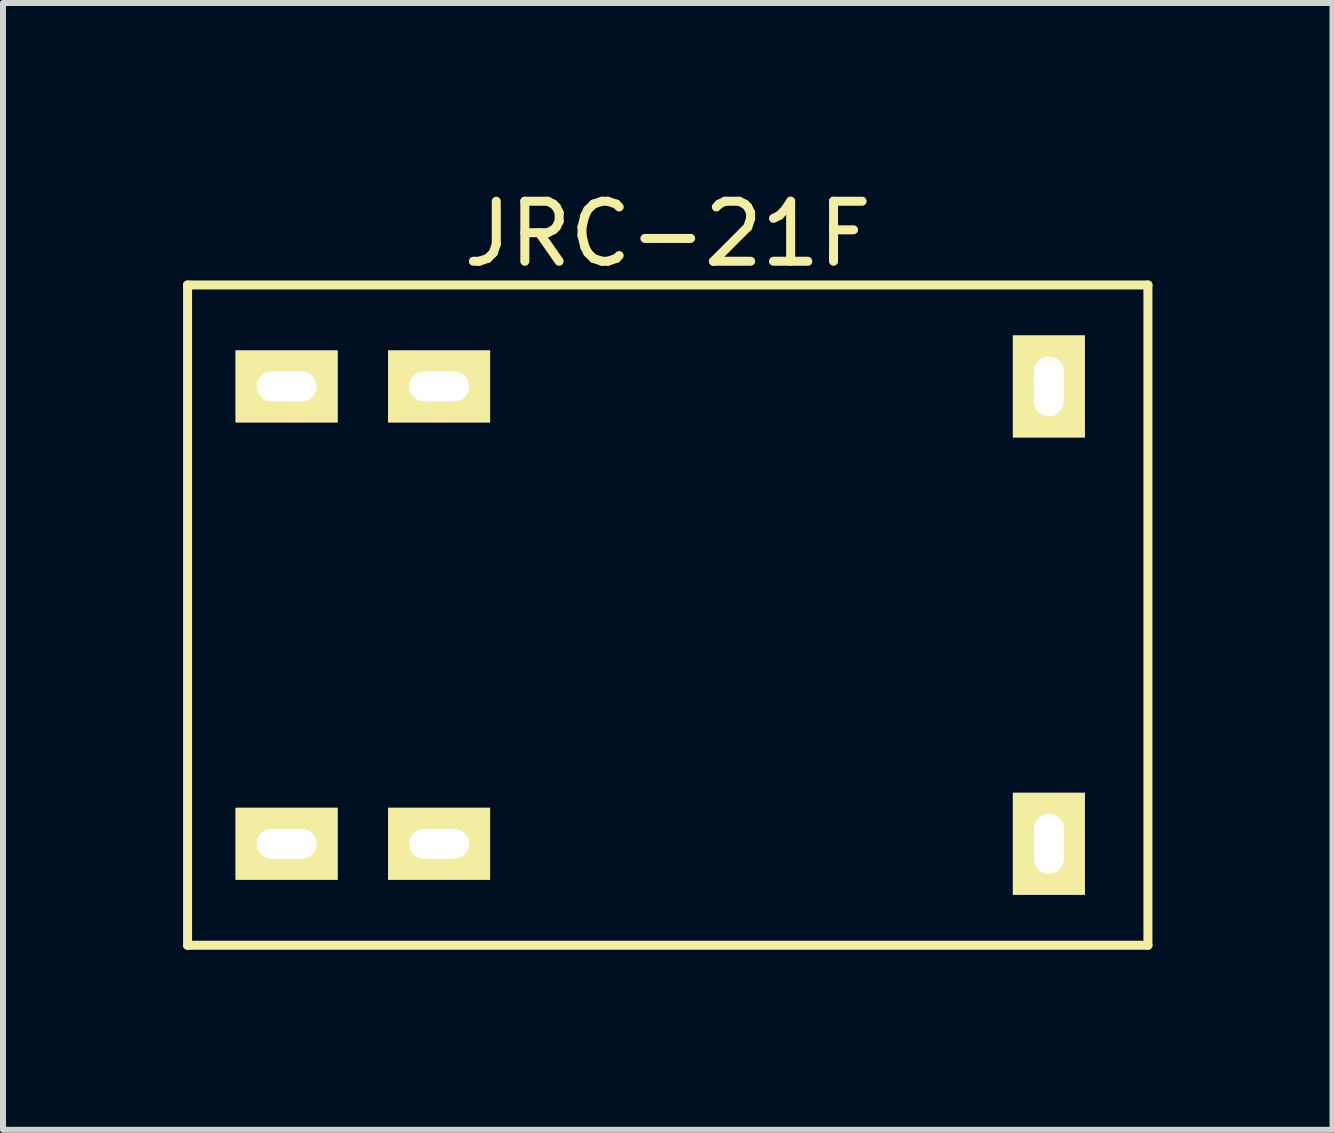
<source format=kicad_pcb>
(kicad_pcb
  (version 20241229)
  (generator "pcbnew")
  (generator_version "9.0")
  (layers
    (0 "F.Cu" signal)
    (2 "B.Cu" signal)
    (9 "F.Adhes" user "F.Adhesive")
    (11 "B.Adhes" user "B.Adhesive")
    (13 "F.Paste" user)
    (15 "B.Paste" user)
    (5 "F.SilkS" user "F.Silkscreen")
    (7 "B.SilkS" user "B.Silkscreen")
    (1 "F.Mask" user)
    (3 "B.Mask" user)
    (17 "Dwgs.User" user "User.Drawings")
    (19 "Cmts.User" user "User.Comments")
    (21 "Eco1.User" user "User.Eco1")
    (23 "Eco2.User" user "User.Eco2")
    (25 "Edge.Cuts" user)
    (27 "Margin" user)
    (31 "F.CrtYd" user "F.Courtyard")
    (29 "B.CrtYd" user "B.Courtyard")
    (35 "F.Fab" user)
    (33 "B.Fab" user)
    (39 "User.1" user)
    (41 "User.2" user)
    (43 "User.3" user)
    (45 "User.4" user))
  (footprint "JRC-21F"
    (layer "F.Cu")
    (at 8.075 7.198)
    (property "Reference" "JRC-21F" (at 0 -6.35 0) (layer "F.SilkS") (effects (font (size 1 1) (thickness 0.15))))
    (attr through_hole)
    (fp_line (start -8 -5.5) (end 8 -5.5) (stroke (width 0.15) (type solid)) (layer "F.SilkS"))
    (fp_line (start -8 5.5) (end -8 -5.5) (stroke (width 0.15) (type solid)) (layer "F.SilkS"))
    (fp_line (start 8 -5.5) (end 8 5.5) (stroke (width 0.15) (type solid)) (layer "F.SilkS"))
    (fp_line (start 8 5.5) (end -8 5.5) (stroke (width 0.15) (type solid)) (layer "F.SilkS"))
    (pad "1" thru_hole rect (at -6.35 -3.81) (size 1.7 1.2) (drill oval 1 0.5) (layers "*.Cu" "*.Mask" "F.SilkS"))
    (pad "2" thru_hole rect (at -3.81 -3.81) (size 1.7 1.2) (drill oval 1 0.5) (layers "*.Cu" "*.Mask" "F.SilkS"))
    (pad "3" thru_hole rect (at -6.35 3.81) (size 1.7 1.2) (drill oval 1 0.5) (layers "*.Cu" "*.Mask" "F.SilkS"))
    (pad "4" thru_hole rect (at -3.81 3.81) (size 1.7 1.2) (drill oval 1 0.5) (layers "*.Cu" "*.Mask" "F.SilkS"))
    (pad "5" thru_hole rect (at 6.35 -3.81) (size 1.2 1.7) (drill oval 0.5 1) (layers "*.Cu" "*.Mask" "F.SilkS"))
    (pad "6" thru_hole rect (at 6.35 3.81) (size 1.2 1.7) (drill oval 0.5 1) (layers "*.Cu" "*.Mask" "F.SilkS")))
  (gr_rect
    (start -3 -3)
    (end 19.15 15.773)
    (stroke (width 0.1) (type default))
    (fill no)
    (layer "Edge.Cuts")))
</source>
